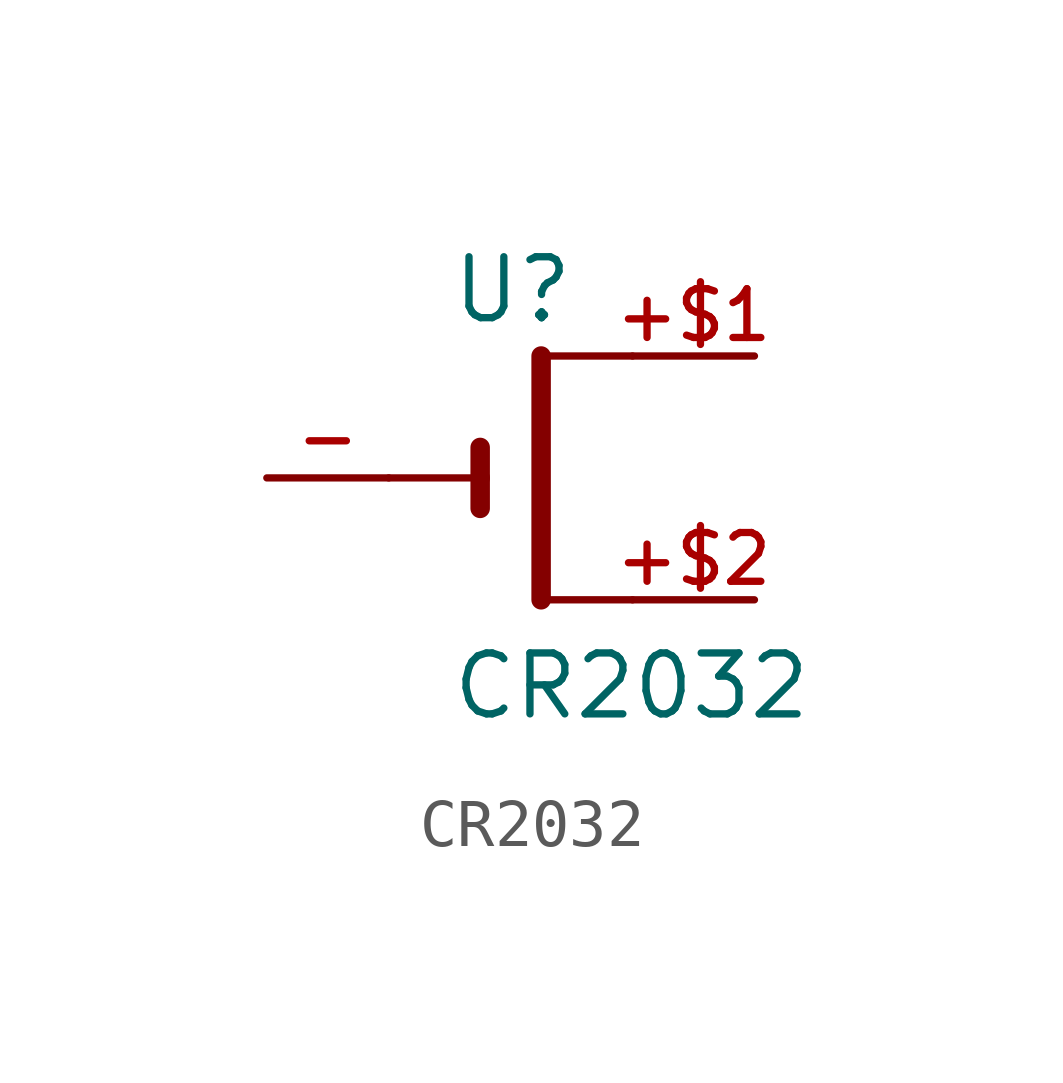
<source format=kicad_sym>
(kicad_symbol_lib
  (version 20211014)
  (generator kicad_symbol_editor)
  (symbol "CR2032"
    (pin_names
      (offset 1.016))
    (property "Reference" "U"
      (at -1.27 3.175 0)
      (effects (font (size 1.27 1.27)) (justify bottom left)))
    (property "Value" "CR2032"
      (at -1.27 -5.08 0)
      (effects (font (size 1.27 1.27)) (justify bottom left)))
    (symbol "CR2032_0_0"
      (polyline (pts (xy -0.635 0.635) (xy -0.635 0.0)) (stroke (width 0.406)))
      (polyline (pts (xy -2.54 0.0) (xy -0.635 0.0)) (stroke (width 0.152)))
      (polyline (pts (xy -0.635 0.0) (xy -0.635 -0.635)) (stroke (width 0.406)))
      (polyline (pts (xy 0.635 2.54) (xy 2.54 2.54)) (stroke (width 0.152)))
      (polyline (pts (xy 0.635 2.54) (xy 0.635 -2.54)) (stroke (width 0.406)))
      (polyline (pts (xy 0.635 -2.54) (xy 2.54 -2.54)) (stroke (width 0.152)))
      (pin passive line (at 5.08 2.54 180.0) (length 2.54) (name "~" (effects (font (size 1.016 1.016)))) (number "+$1" (effects (font (size 1.016 1.016)))))
      (pin passive line (at -5.08 0.0 0) (length 2.54) (name "~" (effects (font (size 1.016 1.016)))) (number "-" (effects (font (size 1.016 1.016)))))
      (pin passive line (at 5.08 -2.54 180.0) (length 2.54) (name "~" (effects (font (size 1.016 1.016)))) (number "+$2" (effects (font (size 1.016 1.016))))))))
</source>
